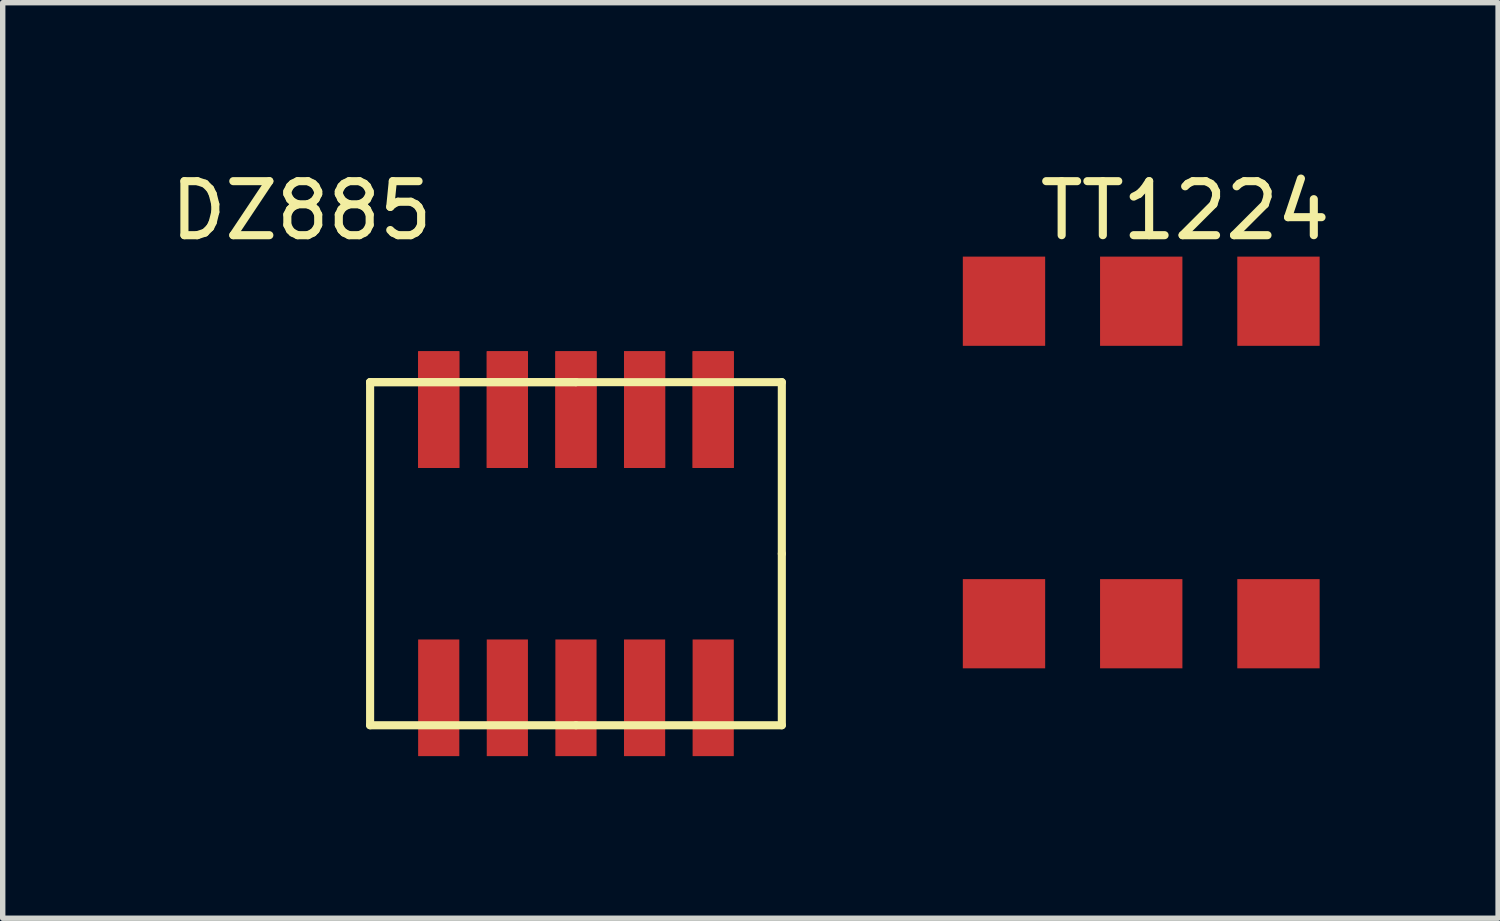
<source format=kicad_pcb>
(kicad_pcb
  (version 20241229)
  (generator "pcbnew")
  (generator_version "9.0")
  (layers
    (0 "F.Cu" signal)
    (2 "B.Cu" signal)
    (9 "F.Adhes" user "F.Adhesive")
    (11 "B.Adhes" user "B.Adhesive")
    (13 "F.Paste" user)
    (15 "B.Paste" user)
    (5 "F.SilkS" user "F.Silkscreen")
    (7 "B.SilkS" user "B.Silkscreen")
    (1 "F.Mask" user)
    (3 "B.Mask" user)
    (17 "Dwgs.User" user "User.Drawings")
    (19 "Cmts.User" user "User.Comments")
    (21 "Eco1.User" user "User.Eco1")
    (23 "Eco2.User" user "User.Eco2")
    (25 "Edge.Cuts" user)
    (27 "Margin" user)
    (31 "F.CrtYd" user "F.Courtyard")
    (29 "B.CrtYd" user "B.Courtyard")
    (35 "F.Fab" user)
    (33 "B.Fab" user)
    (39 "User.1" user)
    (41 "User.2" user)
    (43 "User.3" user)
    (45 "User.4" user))
  (footprint "DZ885"
    (layer "F.Cu")
    (at 7.61 7.198)
    (property "Reference" "DZ885" (at -5.08 -6.35 0) (layer "F.SilkS") (effects (font (size 1 1) (thickness 0.15))))
    (attr through_hole)
    (fp_line (start -3.81 -3.175) (end 0 -3.175) (stroke (width 0.15) (type solid)) (layer "F.SilkS"))
    (fp_line (start -3.81 -3.175) (end 0 -3.175) (stroke (width 0.15) (type solid)) (layer "F.SilkS"))
    (fp_line (start -3.81 3.175) (end -3.81 -3.175) (stroke (width 0.15) (type solid)) (layer "F.SilkS"))
    (fp_line (start 0 -3.175) (end 3.81 -3.175) (stroke (width 0.15) (type solid)) (layer "F.SilkS"))
    (fp_line (start 0 3.175) (end -3.81 3.175) (stroke (width 0.15) (type solid)) (layer "F.SilkS"))
    (fp_line (start 3.81 -3.175) (end 3.81 0) (stroke (width 0.15) (type solid)) (layer "F.SilkS"))
    (fp_line (start 3.81 0) (end 3.81 3.175) (stroke (width 0.15) (type solid)) (layer "F.SilkS"))
    (fp_line (start 3.81 3.175) (end 0 3.175) (stroke (width 0.15) (type solid)) (layer "F.SilkS"))
    (pad "1" smd rect (at -2.54 2.667) (size 0.762 2.159) (layers "F.Cu" "F.Mask" "F.Paste"))
    (pad "2" smd rect (at -1.27 2.667) (size 0.762 2.159) (layers "F.Cu" "F.Mask" "F.Paste"))
    (pad "3" smd rect (at 0 2.667) (size 0.762 2.159) (layers "F.Cu" "F.Mask" "F.Paste"))
    (pad "4" smd rect (at 1.27 2.667) (size 0.762 2.159) (layers "F.Cu" "F.Mask" "F.Paste"))
    (pad "5" smd rect (at 2.54 2.667) (size 0.762 2.159) (layers "F.Cu" "F.Mask" "F.Paste"))
    (pad "6" smd rect (at 2.54 -2.667) (size 0.762 2.159) (layers "F.Cu" "F.Mask" "F.Paste"))
    (pad "6" smd rect (at 2.54 -2.667) (size 0.762 2.159) (layers "F.Cu" "F.Mask" "F.Paste"))
    (pad "7" smd rect (at 1.27 -2.667) (size 0.762 2.159) (layers "F.Cu" "F.Mask" "F.Paste"))
    (pad "7" smd rect (at 1.27 -2.667) (size 0.762 2.159) (layers "F.Cu" "F.Mask" "F.Paste"))
    (pad "8" smd rect (at 0 -2.667) (size 0.762 2.159) (layers "F.Cu" "F.Mask" "F.Paste"))
    (pad "8" smd rect (at 0 -2.667) (size 0.762 2.159) (layers "F.Cu" "F.Mask" "F.Paste"))
    (pad "9" smd rect (at -1.27 -2.667) (size 0.762 2.159) (layers "F.Cu" "F.Mask" "F.Paste"))
    (pad "9" smd rect (at -1.27 -2.667) (size 0.762 2.159) (layers "F.Cu" "F.Mask" "F.Paste"))
    (pad "10" smd rect (at -2.54 -2.667) (size 0.762 2.159) (layers "F.Cu" "F.Mask" "F.Paste"))
    (pad "10" smd rect (at -2.54 -2.667) (size 0.762 2.159) (layers "F.Cu" "F.Mask" "F.Paste")))
  (footprint "TT1224"
    (layer "F.Cu")
    (at 14.745 3.363)
    (property "Reference" "TT1224" (at 4.14 -2.515 0) (layer "F.SilkS") (effects (font (size 1 1) (thickness 0.15))))
    (attr through_hole)
    (pad "1" smd rect (at 0.787 -0.838) (size 1.524 1.651) (layers "F.Cu" "F.Mask" "F.Paste"))
    (pad "2" smd rect (at 3.327 -0.838) (size 1.524 1.651) (layers "F.Cu" "F.Mask" "F.Paste"))
    (pad "3" smd rect (at 5.867 -0.838) (size 1.524 1.651) (layers "F.Cu" "F.Mask" "F.Paste"))
    (pad "4" smd rect (at 5.867 5.131) (size 1.524 1.651) (layers "F.Cu" "F.Mask" "F.Paste"))
    (pad "5" smd rect (at 3.327 5.131) (size 1.524 1.651) (layers "F.Cu" "F.Mask" "F.Paste"))
    (pad "6" smd rect (at 0.787 5.131) (size 1.524 1.651) (layers "F.Cu" "F.Mask" "F.Paste")))
  (gr_rect
    (start -3 -3)
    (end 24.677 13.945)
    (stroke (width 0.1) (type default))
    (fill no)
    (layer "Edge.Cuts")))
</source>
